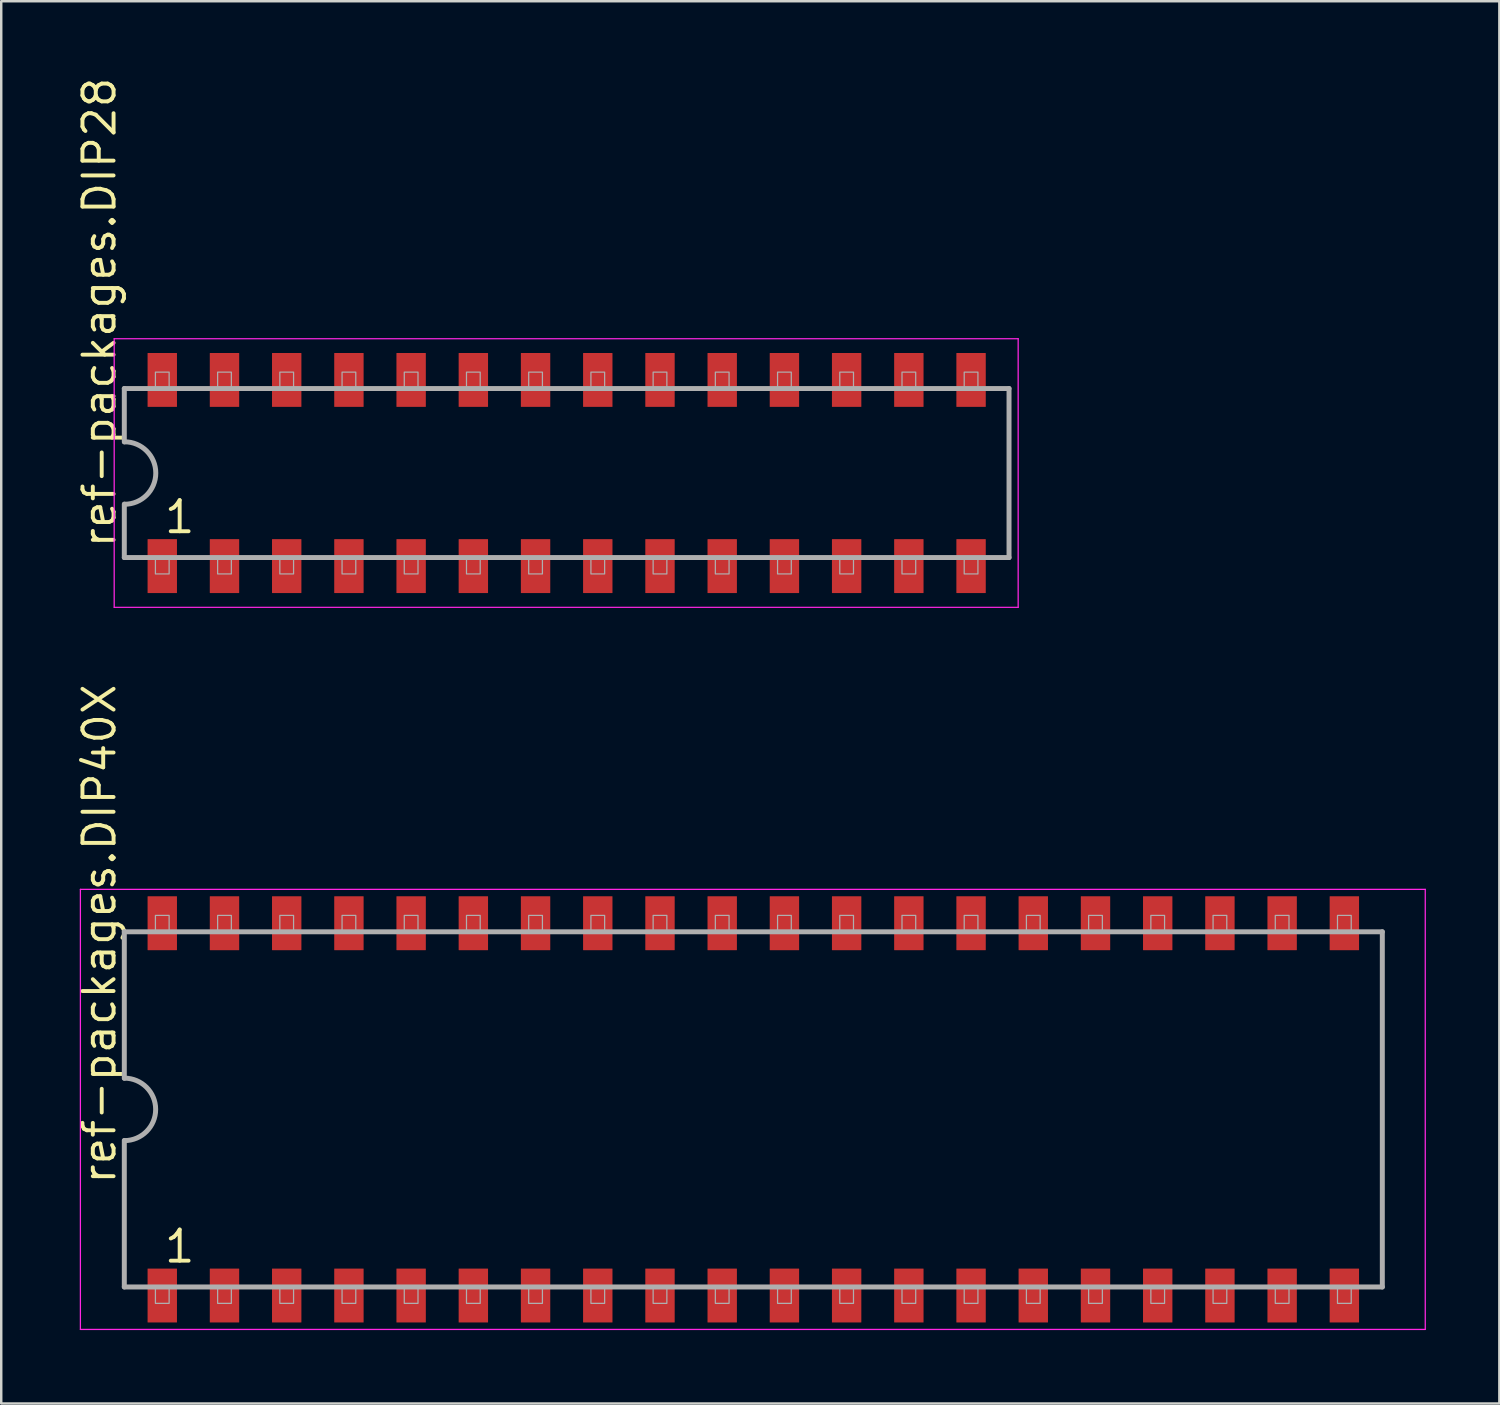
<source format=kicad_pcb>
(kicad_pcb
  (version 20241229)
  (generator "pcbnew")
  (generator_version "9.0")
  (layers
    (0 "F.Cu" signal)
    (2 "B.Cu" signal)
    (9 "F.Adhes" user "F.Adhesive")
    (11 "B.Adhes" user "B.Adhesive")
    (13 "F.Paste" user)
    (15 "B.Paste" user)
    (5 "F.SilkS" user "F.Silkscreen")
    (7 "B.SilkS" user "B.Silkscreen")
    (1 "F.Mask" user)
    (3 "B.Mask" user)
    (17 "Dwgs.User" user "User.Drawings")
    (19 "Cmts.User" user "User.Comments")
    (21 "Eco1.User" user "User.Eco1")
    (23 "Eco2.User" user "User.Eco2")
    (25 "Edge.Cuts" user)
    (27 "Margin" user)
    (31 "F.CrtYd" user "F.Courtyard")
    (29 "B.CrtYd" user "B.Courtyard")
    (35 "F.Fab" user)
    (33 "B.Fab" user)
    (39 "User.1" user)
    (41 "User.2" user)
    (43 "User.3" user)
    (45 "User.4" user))
  (footprint "ref-packages.DIP40X"
    (layer "F.Cu")
    (at 27.705 42.242)
    (property "Reference" "ref-packages.DIP40X" (at -25.955 3.135 90) (layer "F.SilkS") (effects (font (size 1.27 1.27) (thickness 0.16)) (justify left bottom)))
    (attr smd)
    (fp_line (start -27.473 -8.983) (end 27.433 -8.983) (stroke (width 0.051) (type default)) (layer "F.CrtYd"))
    (fp_line (start -27.473 8.983) (end -27.473 -8.983) (stroke (width 0.051) (type default)) (layer "F.CrtYd"))
    (fp_line (start 27.433 -8.983) (end 27.433 8.983) (stroke (width 0.051) (type default)) (layer "F.CrtYd"))
    (fp_line (start 27.433 8.983) (end -27.473 8.983) (stroke (width 0.051) (type default)) (layer "F.CrtYd"))
    (fp_line (start -25.68 -7.25) (end -25.68 -1.27) (stroke (width 0.203) (type default)) (layer "F.Fab"))
    (fp_line (start -25.68 1.27) (end -25.68 7.25) (stroke (width 0.203) (type default)) (layer "F.Fab"))
    (fp_line (start -25.68 7.25) (end 25.68 7.25) (stroke (width 0.203) (type default)) (layer "F.Fab"))
    (fp_line (start 25.68 -7.25) (end -25.68 -7.25) (stroke (width 0.203) (type default)) (layer "F.Fab"))
    (fp_line (start 25.68 7.25) (end 25.68 -7.25) (stroke (width 0.203) (type default)) (layer "F.Fab"))
    (fp_rect (start -24.41 -7.25) (end -23.85 -7.92) (stroke (width 0.05) (type default)) (fill no) (layer "F.Fab"))
    (fp_rect (start -24.41 7.92) (end -23.85 7.25) (stroke (width 0.05) (type default)) (fill no) (layer "F.Fab"))
    (fp_rect (start -21.87 -7.25) (end -21.31 -7.92) (stroke (width 0.05) (type default)) (fill no) (layer "F.Fab"))
    (fp_rect (start -21.87 7.92) (end -21.31 7.25) (stroke (width 0.05) (type default)) (fill no) (layer "F.Fab"))
    (fp_rect (start -19.33 -7.25) (end -18.77 -7.92) (stroke (width 0.05) (type default)) (fill no) (layer "F.Fab"))
    (fp_rect (start -19.33 7.92) (end -18.77 7.25) (stroke (width 0.05) (type default)) (fill no) (layer "F.Fab"))
    (fp_rect (start -16.79 -7.25) (end -16.23 -7.92) (stroke (width 0.05) (type default)) (fill no) (layer "F.Fab"))
    (fp_rect (start -16.79 7.92) (end -16.23 7.25) (stroke (width 0.05) (type default)) (fill no) (layer "F.Fab"))
    (fp_rect (start -14.25 -7.25) (end -13.69 -7.92) (stroke (width 0.05) (type default)) (fill no) (layer "F.Fab"))
    (fp_rect (start -14.25 7.92) (end -13.69 7.25) (stroke (width 0.05) (type default)) (fill no) (layer "F.Fab"))
    (fp_rect (start -11.71 -7.25) (end -11.15 -7.92) (stroke (width 0.05) (type default)) (fill no) (layer "F.Fab"))
    (fp_rect (start -11.71 7.92) (end -11.15 7.25) (stroke (width 0.05) (type default)) (fill no) (layer "F.Fab"))
    (fp_rect (start -9.17 -7.25) (end -8.61 -7.92) (stroke (width 0.05) (type default)) (fill no) (layer "F.Fab"))
    (fp_rect (start -9.17 7.92) (end -8.61 7.25) (stroke (width 0.05) (type default)) (fill no) (layer "F.Fab"))
    (fp_rect (start -6.63 -7.25) (end -6.07 -7.92) (stroke (width 0.05) (type default)) (fill no) (layer "F.Fab"))
    (fp_rect (start -6.63 7.92) (end -6.07 7.25) (stroke (width 0.05) (type default)) (fill no) (layer "F.Fab"))
    (fp_rect (start -4.09 -7.25) (end -3.53 -7.92) (stroke (width 0.05) (type default)) (fill no) (layer "F.Fab"))
    (fp_rect (start -4.09 7.92) (end -3.53 7.25) (stroke (width 0.05) (type default)) (fill no) (layer "F.Fab"))
    (fp_rect (start -1.55 -7.25) (end -0.99 -7.92) (stroke (width 0.05) (type default)) (fill no) (layer "F.Fab"))
    (fp_rect (start -1.55 7.92) (end -0.99 7.25) (stroke (width 0.05) (type default)) (fill no) (layer "F.Fab"))
    (fp_rect (start 0.99 -7.25) (end 1.55 -7.92) (stroke (width 0.05) (type default)) (fill no) (layer "F.Fab"))
    (fp_rect (start 0.99 7.92) (end 1.55 7.25) (stroke (width 0.05) (type default)) (fill no) (layer "F.Fab"))
    (fp_rect (start 3.53 -7.25) (end 4.09 -7.92) (stroke (width 0.05) (type default)) (fill no) (layer "F.Fab"))
    (fp_rect (start 3.53 7.92) (end 4.09 7.25) (stroke (width 0.05) (type default)) (fill no) (layer "F.Fab"))
    (fp_rect (start 6.07 -7.25) (end 6.63 -7.92) (stroke (width 0.05) (type default)) (fill no) (layer "F.Fab"))
    (fp_rect (start 6.07 7.92) (end 6.63 7.25) (stroke (width 0.05) (type default)) (fill no) (layer "F.Fab"))
    (fp_rect (start 8.61 -7.25) (end 9.17 -7.92) (stroke (width 0.05) (type default)) (fill no) (layer "F.Fab"))
    (fp_rect (start 8.61 7.92) (end 9.17 7.25) (stroke (width 0.05) (type default)) (fill no) (layer "F.Fab"))
    (fp_rect (start 11.15 -7.25) (end 11.71 -7.92) (stroke (width 0.05) (type default)) (fill no) (layer "F.Fab"))
    (fp_rect (start 11.15 7.92) (end 11.71 7.25) (stroke (width 0.05) (type default)) (fill no) (layer "F.Fab"))
    (fp_rect (start 13.69 -7.25) (end 14.25 -7.92) (stroke (width 0.05) (type default)) (fill no) (layer "F.Fab"))
    (fp_rect (start 13.69 7.92) (end 14.25 7.25) (stroke (width 0.05) (type default)) (fill no) (layer "F.Fab"))
    (fp_rect (start 16.23 -7.25) (end 16.79 -7.92) (stroke (width 0.05) (type default)) (fill no) (layer "F.Fab"))
    (fp_rect (start 16.23 7.92) (end 16.79 7.25) (stroke (width 0.05) (type default)) (fill no) (layer "F.Fab"))
    (fp_rect (start 18.77 -7.25) (end 19.33 -7.92) (stroke (width 0.05) (type default)) (fill no) (layer "F.Fab"))
    (fp_rect (start 18.77 7.92) (end 19.33 7.25) (stroke (width 0.05) (type default)) (fill no) (layer "F.Fab"))
    (fp_rect (start 21.31 -7.25) (end 21.87 -7.92) (stroke (width 0.05) (type default)) (fill no) (layer "F.Fab"))
    (fp_rect (start 21.31 7.92) (end 21.87 7.25) (stroke (width 0.05) (type default)) (fill no) (layer "F.Fab"))
    (fp_rect (start 23.85 -7.25) (end 24.41 -7.92) (stroke (width 0.05) (type default)) (fill no) (layer "F.Fab"))
    (fp_rect (start 23.85 7.92) (end 24.41 7.25) (stroke (width 0.05) (type default)) (fill no) (layer "F.Fab"))
    (fp_arc (start -25.675 -1.275) (mid -24.4 0) (end -25.675 1.275) (stroke (width 0.2032) (type default)) (layer "F.Fab"))
    (fp_text user "1" (at -24.13 6.34 0) (layer "F.SilkS") (effects (font (size 1.27 1.27) (thickness 0.16)) (justify left bottom)))
    (pad "1" smd roundrect (at -24.13 7.6) (size 1.2 2.2) (layers "F.Cu" "F.Mask" "F.Paste") (roundrect_rratio 0.01))
    (pad "2" smd roundrect (at -21.59 7.6) (size 1.2 2.2) (layers "F.Cu" "F.Mask" "F.Paste") (roundrect_rratio 0.01))
    (pad "3" smd roundrect (at -19.05 7.6) (size 1.2 2.2) (layers "F.Cu" "F.Mask" "F.Paste") (roundrect_rratio 0.01))
    (pad "4" smd roundrect (at -16.51 7.6) (size 1.2 2.2) (layers "F.Cu" "F.Mask" "F.Paste") (roundrect_rratio 0.01))
    (pad "5" smd roundrect (at -13.97 7.6) (size 1.2 2.2) (layers "F.Cu" "F.Mask" "F.Paste") (roundrect_rratio 0.01))
    (pad "6" smd roundrect (at -11.43 7.6) (size 1.2 2.2) (layers "F.Cu" "F.Mask" "F.Paste") (roundrect_rratio 0.01))
    (pad "7" smd roundrect (at -8.89 7.6) (size 1.2 2.2) (layers "F.Cu" "F.Mask" "F.Paste") (roundrect_rratio 0.01))
    (pad "8" smd roundrect (at -6.35 7.6) (size 1.2 2.2) (layers "F.Cu" "F.Mask" "F.Paste") (roundrect_rratio 0.01))
    (pad "9" smd roundrect (at -3.81 7.6) (size 1.2 2.2) (layers "F.Cu" "F.Mask" "F.Paste") (roundrect_rratio 0.01))
    (pad "10" smd roundrect (at -1.27 7.6) (size 1.2 2.2) (layers "F.Cu" "F.Mask" "F.Paste") (roundrect_rratio 0.01))
    (pad "11" smd roundrect (at 1.27 7.6) (size 1.2 2.2) (layers "F.Cu" "F.Mask" "F.Paste") (roundrect_rratio 0.01))
    (pad "12" smd roundrect (at 3.81 7.6) (size 1.2 2.2) (layers "F.Cu" "F.Mask" "F.Paste") (roundrect_rratio 0.01))
    (pad "13" smd roundrect (at 6.35 7.6) (size 1.2 2.2) (layers "F.Cu" "F.Mask" "F.Paste") (roundrect_rratio 0.01))
    (pad "14" smd roundrect (at 8.89 7.6) (size 1.2 2.2) (layers "F.Cu" "F.Mask" "F.Paste") (roundrect_rratio 0.01))
    (pad "15" smd roundrect (at 11.43 7.6) (size 1.2 2.2) (layers "F.Cu" "F.Mask" "F.Paste") (roundrect_rratio 0.01))
    (pad "16" smd roundrect (at 13.97 7.6) (size 1.2 2.2) (layers "F.Cu" "F.Mask" "F.Paste") (roundrect_rratio 0.01))
    (pad "17" smd roundrect (at 16.51 7.6) (size 1.2 2.2) (layers "F.Cu" "F.Mask" "F.Paste") (roundrect_rratio 0.01))
    (pad "18" smd roundrect (at 19.05 7.6) (size 1.2 2.2) (layers "F.Cu" "F.Mask" "F.Paste") (roundrect_rratio 0.01))
    (pad "19" smd roundrect (at 21.59 7.6) (size 1.2 2.2) (layers "F.Cu" "F.Mask" "F.Paste") (roundrect_rratio 0.01))
    (pad "20" smd roundrect (at 24.13 7.6) (size 1.2 2.2) (layers "F.Cu" "F.Mask" "F.Paste") (roundrect_rratio 0.01))
    (pad "21" smd roundrect (at 24.13 -7.6) (size 1.2 2.2) (layers "F.Cu" "F.Mask" "F.Paste") (roundrect_rratio 0.01))
    (pad "22" smd roundrect (at 21.59 -7.6) (size 1.2 2.2) (layers "F.Cu" "F.Mask" "F.Paste") (roundrect_rratio 0.01))
    (pad "23" smd roundrect (at 19.05 -7.6) (size 1.2 2.2) (layers "F.Cu" "F.Mask" "F.Paste") (roundrect_rratio 0.01))
    (pad "24" smd roundrect (at 16.51 -7.6) (size 1.2 2.2) (layers "F.Cu" "F.Mask" "F.Paste") (roundrect_rratio 0.01))
    (pad "25" smd roundrect (at 13.97 -7.6) (size 1.2 2.2) (layers "F.Cu" "F.Mask" "F.Paste") (roundrect_rratio 0.01))
    (pad "26" smd roundrect (at 11.43 -7.6) (size 1.2 2.2) (layers "F.Cu" "F.Mask" "F.Paste") (roundrect_rratio 0.01))
    (pad "27" smd roundrect (at 8.89 -7.6) (size 1.2 2.2) (layers "F.Cu" "F.Mask" "F.Paste") (roundrect_rratio 0.01))
    (pad "28" smd roundrect (at 6.35 -7.6) (size 1.2 2.2) (layers "F.Cu" "F.Mask" "F.Paste") (roundrect_rratio 0.01))
    (pad "29" smd roundrect (at 3.81 -7.6) (size 1.2 2.2) (layers "F.Cu" "F.Mask" "F.Paste") (roundrect_rratio 0.01))
    (pad "30" smd roundrect (at 1.27 -7.6) (size 1.2 2.2) (layers "F.Cu" "F.Mask" "F.Paste") (roundrect_rratio 0.01))
    (pad "31" smd roundrect (at -1.27 -7.6) (size 1.2 2.2) (layers "F.Cu" "F.Mask" "F.Paste") (roundrect_rratio 0.01))
    (pad "32" smd roundrect (at -3.81 -7.6) (size 1.2 2.2) (layers "F.Cu" "F.Mask" "F.Paste") (roundrect_rratio 0.01))
    (pad "33" smd roundrect (at -6.35 -7.6) (size 1.2 2.2) (layers "F.Cu" "F.Mask" "F.Paste") (roundrect_rratio 0.01))
    (pad "34" smd roundrect (at -8.89 -7.6) (size 1.2 2.2) (layers "F.Cu" "F.Mask" "F.Paste") (roundrect_rratio 0.01))
    (pad "35" smd roundrect (at -11.43 -7.6) (size 1.2 2.2) (layers "F.Cu" "F.Mask" "F.Paste") (roundrect_rratio 0.01))
    (pad "36" smd roundrect (at -13.97 -7.6) (size 1.2 2.2) (layers "F.Cu" "F.Mask" "F.Paste") (roundrect_rratio 0.01))
    (pad "37" smd roundrect (at -16.51 -7.6) (size 1.2 2.2) (layers "F.Cu" "F.Mask" "F.Paste") (roundrect_rratio 0.01))
    (pad "38" smd roundrect (at -19.05 -7.6) (size 1.2 2.2) (layers "F.Cu" "F.Mask" "F.Paste") (roundrect_rratio 0.01))
    (pad "39" smd roundrect (at -21.59 -7.6) (size 1.2 2.2) (layers "F.Cu" "F.Mask" "F.Paste") (roundrect_rratio 0.01))
    (pad "40" smd roundrect (at -24.13 -7.6) (size 1.2 2.2) (layers "F.Cu" "F.Mask" "F.Paste") (roundrect_rratio 0.01)))
  (footprint "ref-packages.DIP28"
    (layer "F.Cu")
    (at 20.085 16.262)
    (property "Reference" "ref-packages.DIP28" (at -18.335 3.135 90) (layer "F.SilkS") (effects (font (size 1.27 1.27) (thickness 0.16)) (justify left bottom)))
    (attr smd)
    (fp_line (start -18.473 -5.483) (end 18.433 -5.483) (stroke (width 0.051) (type default)) (layer "F.CrtYd"))
    (fp_line (start -18.473 5.483) (end -18.473 -5.483) (stroke (width 0.051) (type default)) (layer "F.CrtYd"))
    (fp_line (start 18.433 -5.483) (end 18.433 5.483) (stroke (width 0.051) (type default)) (layer "F.CrtYd"))
    (fp_line (start 18.433 5.483) (end -18.473 5.483) (stroke (width 0.051) (type default)) (layer "F.CrtYd"))
    (fp_line (start -18.06 -3.45) (end -18.06 -1.27) (stroke (width 0.203) (type default)) (layer "F.Fab"))
    (fp_line (start -18.06 1.27) (end -18.06 3.45) (stroke (width 0.203) (type default)) (layer "F.Fab"))
    (fp_line (start -18.06 3.45) (end 18.06 3.45) (stroke (width 0.203) (type default)) (layer "F.Fab"))
    (fp_line (start 18.06 -3.45) (end -18.06 -3.45) (stroke (width 0.203) (type default)) (layer "F.Fab"))
    (fp_line (start 18.06 3.45) (end 18.06 -3.45) (stroke (width 0.203) (type default)) (layer "F.Fab"))
    (fp_rect (start -16.79 -3.45) (end -16.23 -4.12) (stroke (width 0.05) (type default)) (fill no) (layer "F.Fab"))
    (fp_rect (start -16.79 4.12) (end -16.23 3.45) (stroke (width 0.05) (type default)) (fill no) (layer "F.Fab"))
    (fp_rect (start -14.25 -3.45) (end -13.69 -4.12) (stroke (width 0.05) (type default)) (fill no) (layer "F.Fab"))
    (fp_rect (start -14.25 4.12) (end -13.69 3.45) (stroke (width 0.05) (type default)) (fill no) (layer "F.Fab"))
    (fp_rect (start -11.71 -3.45) (end -11.15 -4.12) (stroke (width 0.05) (type default)) (fill no) (layer "F.Fab"))
    (fp_rect (start -11.71 4.12) (end -11.15 3.45) (stroke (width 0.05) (type default)) (fill no) (layer "F.Fab"))
    (fp_rect (start -9.17 -3.45) (end -8.61 -4.12) (stroke (width 0.05) (type default)) (fill no) (layer "F.Fab"))
    (fp_rect (start -9.17 4.12) (end -8.61 3.45) (stroke (width 0.05) (type default)) (fill no) (layer "F.Fab"))
    (fp_rect (start -6.63 -3.45) (end -6.07 -4.12) (stroke (width 0.05) (type default)) (fill no) (layer "F.Fab"))
    (fp_rect (start -6.63 4.12) (end -6.07 3.45) (stroke (width 0.05) (type default)) (fill no) (layer "F.Fab"))
    (fp_rect (start -4.09 -3.45) (end -3.53 -4.12) (stroke (width 0.05) (type default)) (fill no) (layer "F.Fab"))
    (fp_rect (start -4.09 4.12) (end -3.53 3.45) (stroke (width 0.05) (type default)) (fill no) (layer "F.Fab"))
    (fp_rect (start -1.55 -3.45) (end -0.99 -4.12) (stroke (width 0.05) (type default)) (fill no) (layer "F.Fab"))
    (fp_rect (start -1.55 4.12) (end -0.99 3.45) (stroke (width 0.05) (type default)) (fill no) (layer "F.Fab"))
    (fp_rect (start 0.99 -3.45) (end 1.55 -4.12) (stroke (width 0.05) (type default)) (fill no) (layer "F.Fab"))
    (fp_rect (start 0.99 4.12) (end 1.55 3.45) (stroke (width 0.05) (type default)) (fill no) (layer "F.Fab"))
    (fp_rect (start 3.53 -3.45) (end 4.09 -4.12) (stroke (width 0.05) (type default)) (fill no) (layer "F.Fab"))
    (fp_rect (start 3.53 4.12) (end 4.09 3.45) (stroke (width 0.05) (type default)) (fill no) (layer "F.Fab"))
    (fp_rect (start 6.07 -3.45) (end 6.63 -4.12) (stroke (width 0.05) (type default)) (fill no) (layer "F.Fab"))
    (fp_rect (start 6.07 4.12) (end 6.63 3.45) (stroke (width 0.05) (type default)) (fill no) (layer "F.Fab"))
    (fp_rect (start 8.61 -3.45) (end 9.17 -4.12) (stroke (width 0.05) (type default)) (fill no) (layer "F.Fab"))
    (fp_rect (start 8.61 4.12) (end 9.17 3.45) (stroke (width 0.05) (type default)) (fill no) (layer "F.Fab"))
    (fp_rect (start 11.15 -3.45) (end 11.71 -4.12) (stroke (width 0.05) (type default)) (fill no) (layer "F.Fab"))
    (fp_rect (start 11.15 4.12) (end 11.71 3.45) (stroke (width 0.05) (type default)) (fill no) (layer "F.Fab"))
    (fp_rect (start 13.69 -3.45) (end 14.25 -4.12) (stroke (width 0.05) (type default)) (fill no) (layer "F.Fab"))
    (fp_rect (start 13.69 4.12) (end 14.25 3.45) (stroke (width 0.05) (type default)) (fill no) (layer "F.Fab"))
    (fp_rect (start 16.23 -3.45) (end 16.79 -4.12) (stroke (width 0.05) (type default)) (fill no) (layer "F.Fab"))
    (fp_rect (start 16.23 4.12) (end 16.79 3.45) (stroke (width 0.05) (type default)) (fill no) (layer "F.Fab"))
    (fp_arc (start -18.05 -1.275) (mid -16.775 0) (end -18.05 1.275) (stroke (width 0.2032) (type default)) (layer "F.Fab"))
    (fp_text user "1" (at -16.51 2.54 0) (layer "F.SilkS") (effects (font (size 1.27 1.27) (thickness 0.16)) (justify left bottom)))
    (pad "1" smd roundrect (at -16.51 3.8) (size 1.2 2.2) (layers "F.Cu" "F.Mask" "F.Paste") (roundrect_rratio 0.01))
    (pad "2" smd roundrect (at -13.97 3.8) (size 1.2 2.2) (layers "F.Cu" "F.Mask" "F.Paste") (roundrect_rratio 0.01))
    (pad "3" smd roundrect (at -11.43 3.8) (size 1.2 2.2) (layers "F.Cu" "F.Mask" "F.Paste") (roundrect_rratio 0.01))
    (pad "4" smd roundrect (at -8.89 3.8) (size 1.2 2.2) (layers "F.Cu" "F.Mask" "F.Paste") (roundrect_rratio 0.01))
    (pad "5" smd roundrect (at -6.35 3.8) (size 1.2 2.2) (layers "F.Cu" "F.Mask" "F.Paste") (roundrect_rratio 0.01))
    (pad "6" smd roundrect (at -3.81 3.8) (size 1.2 2.2) (layers "F.Cu" "F.Mask" "F.Paste") (roundrect_rratio 0.01))
    (pad "7" smd roundrect (at -1.27 3.8) (size 1.2 2.2) (layers "F.Cu" "F.Mask" "F.Paste") (roundrect_rratio 0.01))
    (pad "8" smd roundrect (at 1.27 3.8) (size 1.2 2.2) (layers "F.Cu" "F.Mask" "F.Paste") (roundrect_rratio 0.01))
    (pad "9" smd roundrect (at 3.81 3.8) (size 1.2 2.2) (layers "F.Cu" "F.Mask" "F.Paste") (roundrect_rratio 0.01))
    (pad "10" smd roundrect (at 6.35 3.8) (size 1.2 2.2) (layers "F.Cu" "F.Mask" "F.Paste") (roundrect_rratio 0.01))
    (pad "11" smd roundrect (at 8.89 3.8) (size 1.2 2.2) (layers "F.Cu" "F.Mask" "F.Paste") (roundrect_rratio 0.01))
    (pad "12" smd roundrect (at 11.43 3.8) (size 1.2 2.2) (layers "F.Cu" "F.Mask" "F.Paste") (roundrect_rratio 0.01))
    (pad "13" smd roundrect (at 13.97 3.8) (size 1.2 2.2) (layers "F.Cu" "F.Mask" "F.Paste") (roundrect_rratio 0.01))
    (pad "14" smd roundrect (at 16.51 3.8) (size 1.2 2.2) (layers "F.Cu" "F.Mask" "F.Paste") (roundrect_rratio 0.01))
    (pad "15" smd roundrect (at 16.51 -3.8) (size 1.2 2.2) (layers "F.Cu" "F.Mask" "F.Paste") (roundrect_rratio 0.01))
    (pad "16" smd roundrect (at 13.97 -3.8) (size 1.2 2.2) (layers "F.Cu" "F.Mask" "F.Paste") (roundrect_rratio 0.01))
    (pad "17" smd roundrect (at 11.43 -3.8) (size 1.2 2.2) (layers "F.Cu" "F.Mask" "F.Paste") (roundrect_rratio 0.01))
    (pad "18" smd roundrect (at 8.89 -3.8) (size 1.2 2.2) (layers "F.Cu" "F.Mask" "F.Paste") (roundrect_rratio 0.01))
    (pad "19" smd roundrect (at 6.35 -3.8) (size 1.2 2.2) (layers "F.Cu" "F.Mask" "F.Paste") (roundrect_rratio 0.01))
    (pad "20" smd roundrect (at 3.81 -3.8) (size 1.2 2.2) (layers "F.Cu" "F.Mask" "F.Paste") (roundrect_rratio 0.01))
    (pad "21" smd roundrect (at 1.27 -3.8) (size 1.2 2.2) (layers "F.Cu" "F.Mask" "F.Paste") (roundrect_rratio 0.01))
    (pad "22" smd roundrect (at -1.27 -3.8) (size 1.2 2.2) (layers "F.Cu" "F.Mask" "F.Paste") (roundrect_rratio 0.01))
    (pad "23" smd roundrect (at -3.81 -3.8) (size 1.2 2.2) (layers "F.Cu" "F.Mask" "F.Paste") (roundrect_rratio 0.01))
    (pad "24" smd roundrect (at -6.35 -3.8) (size 1.2 2.2) (layers "F.Cu" "F.Mask" "F.Paste") (roundrect_rratio 0.01))
    (pad "25" smd roundrect (at -8.89 -3.8) (size 1.2 2.2) (layers "F.Cu" "F.Mask" "F.Paste") (roundrect_rratio 0.01))
    (pad "26" smd roundrect (at -11.43 -3.8) (size 1.2 2.2) (layers "F.Cu" "F.Mask" "F.Paste") (roundrect_rratio 0.01))
    (pad "27" smd roundrect (at -13.97 -3.8) (size 1.2 2.2) (layers "F.Cu" "F.Mask" "F.Paste") (roundrect_rratio 0.01))
    (pad "28" smd roundrect (at -16.51 -3.8) (size 1.2 2.2) (layers "F.Cu" "F.Mask" "F.Paste") (roundrect_rratio 0.01)))
  (gr_rect
    (start -3 -3)
    (end 58.163 54.25)
    (stroke (width 0.1) (type default))
    (fill no)
    (layer "Edge.Cuts")))
</source>
